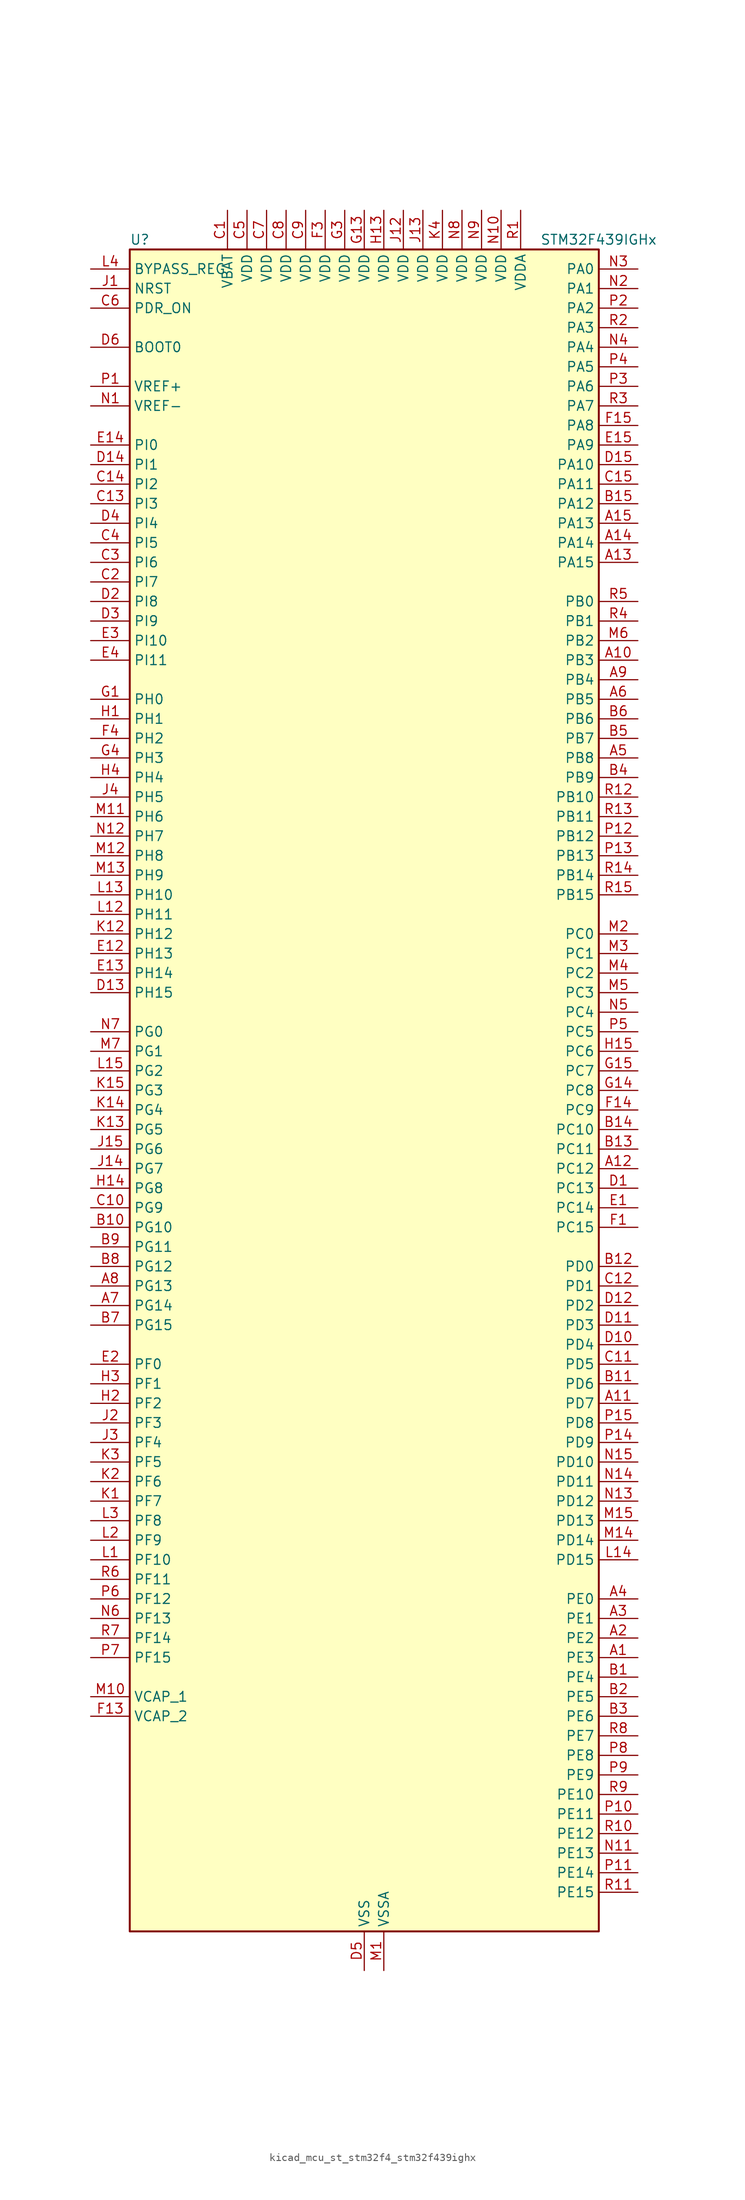
<source format=kicad_sym>
(kicad_symbol_lib
  (version 20220914)
  (generator kicad_symbol_editor)
  (symbol "kicad_mcu_st_stm32f4_stm32f439ighx"
    (property "Reference" "U"
      (at -30.48 110.49 0)
      (effects (font (size 1.27 1.27)) (justify left)))
    (property "Value" "STM32F439IGHx"
      (at 22.86 110.49 0)
      (effects (font (size 1.27 1.27)) (justify left)))
    (property "ki_locked" ""
      (at 0 0 0)
      (effects (font (size 1.27 1.27))))
    (symbol "kicad_mcu_st_stm32f4_stm32f439ighx_0_1"
      (rectangle (start -30.48 -109.22) (end 30.48 109.22) (stroke (width 0.254) (type default)) (fill (type background))))
    (symbol "kicad_mcu_st_stm32f4_stm32f439ighx_1_1"
      (pin bidirectional line (at 35.56 -73.66 180) (length 5.08) (name "PE3" (effects (font (size 1.27 1.27)))) (number "A1" (effects (font (size 1.27 1.27)))) (alternate "FMC_A19" bidirectional line) (alternate "SAI1_SD_B" bidirectional line) (alternate "SYS_TRACED0" bidirectional line))
      (pin bidirectional line (at 35.56 55.88 180) (length 5.08) (name "PB3" (effects (font (size 1.27 1.27)))) (number "A10" (effects (font (size 1.27 1.27)))) (alternate "I2S3_CK" bidirectional line) (alternate "SPI1_SCK" bidirectional line) (alternate "SPI3_SCK" bidirectional line) (alternate "SYS_JTDO-SWO" bidirectional line) (alternate "TIM2_CH2" bidirectional line))
      (pin bidirectional line (at 35.56 -40.64 180) (length 5.08) (name "PD7" (effects (font (size 1.27 1.27)))) (number "A11" (effects (font (size 1.27 1.27)))) (alternate "FMC_NCE2" bidirectional line) (alternate "FMC_NE1" bidirectional line) (alternate "USART2_CK" bidirectional line))
      (pin bidirectional line (at 35.56 -10.16 180) (length 5.08) (name "PC12" (effects (font (size 1.27 1.27)))) (number "A12" (effects (font (size 1.27 1.27)))) (alternate "DCMI_D9" bidirectional line) (alternate "I2S3_SD" bidirectional line) (alternate "SDIO_CK" bidirectional line) (alternate "SPI3_MOSI" bidirectional line) (alternate "UART5_TX" bidirectional line) (alternate "USART3_CK" bidirectional line))
      (pin bidirectional line (at 35.56 68.58 180) (length 5.08) (name "PA15" (effects (font (size 1.27 1.27)))) (number "A13" (effects (font (size 1.27 1.27)))) (alternate "ADC1_EXTI15" bidirectional line) (alternate "ADC2_EXTI15" bidirectional line) (alternate "ADC3_EXTI15" bidirectional line) (alternate "I2S3_WS" bidirectional line) (alternate "SPI1_NSS" bidirectional line) (alternate "SPI3_NSS" bidirectional line) (alternate "SYS_JTDI" bidirectional line) (alternate "TIM2_CH1" bidirectional line) (alternate "TIM2_ETR" bidirectional line))
      (pin bidirectional line (at 35.56 71.12 180) (length 5.08) (name "PA14" (effects (font (size 1.27 1.27)))) (number "A14" (effects (font (size 1.27 1.27)))) (alternate "SYS_JTCK-SWCLK" bidirectional line))
      (pin bidirectional line (at 35.56 73.66 180) (length 5.08) (name "PA13" (effects (font (size 1.27 1.27)))) (number "A15" (effects (font (size 1.27 1.27)))) (alternate "SYS_JTMS-SWDIO" bidirectional line))
      (pin bidirectional line (at 35.56 -71.12 180) (length 5.08) (name "PE2" (effects (font (size 1.27 1.27)))) (number "A2" (effects (font (size 1.27 1.27)))) (alternate "ETH_TXD3" bidirectional line) (alternate "FMC_A23" bidirectional line) (alternate "SAI1_MCLK_A" bidirectional line) (alternate "SPI4_SCK" bidirectional line) (alternate "SYS_TRACECLK" bidirectional line))
      (pin bidirectional line (at 35.56 -68.58 180) (length 5.08) (name "PE1" (effects (font (size 1.27 1.27)))) (number "A3" (effects (font (size 1.27 1.27)))) (alternate "DCMI_D3" bidirectional line) (alternate "FMC_NBL1" bidirectional line) (alternate "UART8_TX" bidirectional line))
      (pin bidirectional line (at 35.56 -66.04 180) (length 5.08) (name "PE0" (effects (font (size 1.27 1.27)))) (number "A4" (effects (font (size 1.27 1.27)))) (alternate "DCMI_D2" bidirectional line) (alternate "FMC_NBL0" bidirectional line) (alternate "TIM4_ETR" bidirectional line) (alternate "UART8_RX" bidirectional line))
      (pin bidirectional line (at 35.56 43.18 180) (length 5.08) (name "PB8" (effects (font (size 1.27 1.27)))) (number "A5" (effects (font (size 1.27 1.27)))) (alternate "CAN1_RX" bidirectional line) (alternate "DCMI_D6" bidirectional line) (alternate "ETH_TXD3" bidirectional line) (alternate "I2C1_SCL" bidirectional line) (alternate "LTDC_B6" bidirectional line) (alternate "SDIO_D4" bidirectional line) (alternate "TIM10_CH1" bidirectional line) (alternate "TIM4_CH3" bidirectional line))
      (pin bidirectional line (at 35.56 50.8 180) (length 5.08) (name "PB5" (effects (font (size 1.27 1.27)))) (number "A6" (effects (font (size 1.27 1.27)))) (alternate "CAN2_RX" bidirectional line) (alternate "DCMI_D10" bidirectional line) (alternate "ETH_PPS_OUT" bidirectional line) (alternate "FMC_SDCKE1" bidirectional line) (alternate "I2C1_SMBA" bidirectional line) (alternate "I2S3_SD" bidirectional line) (alternate "SPI1_MOSI" bidirectional line) (alternate "SPI3_MOSI" bidirectional line) (alternate "TIM3_CH2" bidirectional line) (alternate "USB_OTG_HS_ULPI_D7" bidirectional line))
      (pin bidirectional line (at -35.56 -27.94 0) (length 5.08) (name "PG14" (effects (font (size 1.27 1.27)))) (number "A7" (effects (font (size 1.27 1.27)))) (alternate "ETH_TXD1" bidirectional line) (alternate "FMC_A25" bidirectional line) (alternate "SPI6_MOSI" bidirectional line) (alternate "USART6_TX" bidirectional line))
      (pin bidirectional line (at -35.56 -25.4 0) (length 5.08) (name "PG13" (effects (font (size 1.27 1.27)))) (number "A8" (effects (font (size 1.27 1.27)))) (alternate "ETH_TXD0" bidirectional line) (alternate "FMC_A24" bidirectional line) (alternate "SPI6_SCK" bidirectional line) (alternate "USART6_CTS" bidirectional line))
      (pin bidirectional line (at 35.56 53.34 180) (length 5.08) (name "PB4" (effects (font (size 1.27 1.27)))) (number "A9" (effects (font (size 1.27 1.27)))) (alternate "I2S3_ext_SD" bidirectional line) (alternate "SPI1_MISO" bidirectional line) (alternate "SPI3_MISO" bidirectional line) (alternate "SYS_JTRST" bidirectional line) (alternate "TIM3_CH1" bidirectional line))
      (pin bidirectional line (at 35.56 -76.2 180) (length 5.08) (name "PE4" (effects (font (size 1.27 1.27)))) (number "B1" (effects (font (size 1.27 1.27)))) (alternate "DCMI_D4" bidirectional line) (alternate "FMC_A20" bidirectional line) (alternate "LTDC_B0" bidirectional line) (alternate "SAI1_FS_A" bidirectional line) (alternate "SPI4_NSS" bidirectional line) (alternate "SYS_TRACED1" bidirectional line))
      (pin bidirectional line (at -35.56 -17.78 0) (length 5.08) (name "PG10" (effects (font (size 1.27 1.27)))) (number "B10" (effects (font (size 1.27 1.27)))) (alternate "DCMI_D2" bidirectional line) (alternate "FMC_NCE4_1" bidirectional line) (alternate "FMC_NE3" bidirectional line) (alternate "LTDC_B2" bidirectional line) (alternate "LTDC_G3" bidirectional line))
      (pin bidirectional line (at 35.56 -38.1 180) (length 5.08) (name "PD6" (effects (font (size 1.27 1.27)))) (number "B11" (effects (font (size 1.27 1.27)))) (alternate "DCMI_D10" bidirectional line) (alternate "FMC_NWAIT" bidirectional line) (alternate "I2S3_SD" bidirectional line) (alternate "LTDC_B2" bidirectional line) (alternate "SAI1_SD_A" bidirectional line) (alternate "SPI3_MOSI" bidirectional line) (alternate "USART2_RX" bidirectional line))
      (pin bidirectional line (at 35.56 -22.86 180) (length 5.08) (name "PD0" (effects (font (size 1.27 1.27)))) (number "B12" (effects (font (size 1.27 1.27)))) (alternate "CAN1_RX" bidirectional line) (alternate "FMC_D2" bidirectional line) (alternate "FMC_DA2" bidirectional line))
      (pin bidirectional line (at 35.56 -7.62 180) (length 5.08) (name "PC11" (effects (font (size 1.27 1.27)))) (number "B13" (effects (font (size 1.27 1.27)))) (alternate "ADC1_EXTI11" bidirectional line) (alternate "ADC2_EXTI11" bidirectional line) (alternate "ADC3_EXTI11" bidirectional line) (alternate "DCMI_D4" bidirectional line) (alternate "I2S3_ext_SD" bidirectional line) (alternate "SDIO_D3" bidirectional line) (alternate "SPI3_MISO" bidirectional line) (alternate "UART4_RX" bidirectional line) (alternate "USART3_RX" bidirectional line))
      (pin bidirectional line (at 35.56 -5.08 180) (length 5.08) (name "PC10" (effects (font (size 1.27 1.27)))) (number "B14" (effects (font (size 1.27 1.27)))) (alternate "DCMI_D8" bidirectional line) (alternate "I2S3_CK" bidirectional line) (alternate "LTDC_R2" bidirectional line) (alternate "SDIO_D2" bidirectional line) (alternate "SPI3_SCK" bidirectional line) (alternate "UART4_TX" bidirectional line) (alternate "USART3_TX" bidirectional line))
      (pin bidirectional line (at 35.56 76.2 180) (length 5.08) (name "PA12" (effects (font (size 1.27 1.27)))) (number "B15" (effects (font (size 1.27 1.27)))) (alternate "CAN1_TX" bidirectional line) (alternate "LTDC_R5" bidirectional line) (alternate "TIM1_ETR" bidirectional line) (alternate "USART1_RTS" bidirectional line) (alternate "USB_OTG_FS_DP" bidirectional line))
      (pin bidirectional line (at 35.56 -78.74 180) (length 5.08) (name "PE5" (effects (font (size 1.27 1.27)))) (number "B2" (effects (font (size 1.27 1.27)))) (alternate "DCMI_D6" bidirectional line) (alternate "FMC_A21" bidirectional line) (alternate "LTDC_G0" bidirectional line) (alternate "SAI1_SCK_A" bidirectional line) (alternate "SPI4_MISO" bidirectional line) (alternate "SYS_TRACED2" bidirectional line) (alternate "TIM9_CH1" bidirectional line))
      (pin bidirectional line (at 35.56 -81.28 180) (length 5.08) (name "PE6" (effects (font (size 1.27 1.27)))) (number "B3" (effects (font (size 1.27 1.27)))) (alternate "DCMI_D7" bidirectional line) (alternate "FMC_A22" bidirectional line) (alternate "LTDC_G1" bidirectional line) (alternate "SAI1_SD_A" bidirectional line) (alternate "SPI4_MOSI" bidirectional line) (alternate "SYS_TRACED3" bidirectional line) (alternate "TIM9_CH2" bidirectional line))
      (pin bidirectional line (at 35.56 40.64 180) (length 5.08) (name "PB9" (effects (font (size 1.27 1.27)))) (number "B4" (effects (font (size 1.27 1.27)))) (alternate "CAN1_TX" bidirectional line) (alternate "DAC_EXTI9" bidirectional line) (alternate "DCMI_D7" bidirectional line) (alternate "I2C1_SDA" bidirectional line) (alternate "I2S2_WS" bidirectional line) (alternate "LTDC_B7" bidirectional line) (alternate "SDIO_D5" bidirectional line) (alternate "SPI2_NSS" bidirectional line) (alternate "TIM11_CH1" bidirectional line) (alternate "TIM4_CH4" bidirectional line))
      (pin bidirectional line (at 35.56 45.72 180) (length 5.08) (name "PB7" (effects (font (size 1.27 1.27)))) (number "B5" (effects (font (size 1.27 1.27)))) (alternate "DCMI_VSYNC" bidirectional line) (alternate "FMC_NL" bidirectional line) (alternate "I2C1_SDA" bidirectional line) (alternate "TIM4_CH2" bidirectional line) (alternate "USART1_RX" bidirectional line))
      (pin bidirectional line (at 35.56 48.26 180) (length 5.08) (name "PB6" (effects (font (size 1.27 1.27)))) (number "B6" (effects (font (size 1.27 1.27)))) (alternate "CAN2_TX" bidirectional line) (alternate "DCMI_D5" bidirectional line) (alternate "FMC_SDNE1" bidirectional line) (alternate "I2C1_SCL" bidirectional line) (alternate "TIM4_CH1" bidirectional line) (alternate "USART1_TX" bidirectional line))
      (pin bidirectional line (at -35.56 -30.48 0) (length 5.08) (name "PG15" (effects (font (size 1.27 1.27)))) (number "B7" (effects (font (size 1.27 1.27)))) (alternate "ADC1_EXTI15" bidirectional line) (alternate "ADC2_EXTI15" bidirectional line) (alternate "ADC3_EXTI15" bidirectional line) (alternate "DCMI_D13" bidirectional line) (alternate "FMC_SDNCAS" bidirectional line) (alternate "USART6_CTS" bidirectional line))
      (pin bidirectional line (at -35.56 -22.86 0) (length 5.08) (name "PG12" (effects (font (size 1.27 1.27)))) (number "B8" (effects (font (size 1.27 1.27)))) (alternate "FMC_NE4" bidirectional line) (alternate "LTDC_B1" bidirectional line) (alternate "LTDC_B4" bidirectional line) (alternate "SPI6_MISO" bidirectional line) (alternate "USART6_RTS" bidirectional line))
      (pin bidirectional line (at -35.56 -20.32 0) (length 5.08) (name "PG11" (effects (font (size 1.27 1.27)))) (number "B9" (effects (font (size 1.27 1.27)))) (alternate "ADC1_EXTI11" bidirectional line) (alternate "ADC2_EXTI11" bidirectional line) (alternate "ADC3_EXTI11" bidirectional line) (alternate "DCMI_D3" bidirectional line) (alternate "ETH_TX_EN" bidirectional line) (alternate "FMC_NCE4_2" bidirectional line) (alternate "LTDC_B3" bidirectional line))
      (pin power_in line (at -17.78 114.3 270) (length 5.08) (name "VBAT" (effects (font (size 1.27 1.27)))) (number "C1" (effects (font (size 1.27 1.27)))))
      (pin bidirectional line (at -35.56 -15.24 0) (length 5.08) (name "PG9" (effects (font (size 1.27 1.27)))) (number "C10" (effects (font (size 1.27 1.27)))) (alternate "DAC_EXTI9" bidirectional line) (alternate "DCMI_VSYNC" bidirectional line) (alternate "FMC_NCE3" bidirectional line) (alternate "FMC_NE2" bidirectional line) (alternate "USART6_RX" bidirectional line))
      (pin bidirectional line (at 35.56 -35.56 180) (length 5.08) (name "PD5" (effects (font (size 1.27 1.27)))) (number "C11" (effects (font (size 1.27 1.27)))) (alternate "FMC_NWE" bidirectional line) (alternate "USART2_TX" bidirectional line))
      (pin bidirectional line (at 35.56 -25.4 180) (length 5.08) (name "PD1" (effects (font (size 1.27 1.27)))) (number "C12" (effects (font (size 1.27 1.27)))) (alternate "CAN1_TX" bidirectional line) (alternate "FMC_D3" bidirectional line) (alternate "FMC_DA3" bidirectional line))
      (pin bidirectional line (at -35.56 76.2 0) (length 5.08) (name "PI3" (effects (font (size 1.27 1.27)))) (number "C13" (effects (font (size 1.27 1.27)))) (alternate "DCMI_D10" bidirectional line) (alternate "FMC_D27" bidirectional line) (alternate "I2S2_SD" bidirectional line) (alternate "SPI2_MOSI" bidirectional line) (alternate "TIM8_ETR" bidirectional line))
      (pin bidirectional line (at -35.56 78.74 0) (length 5.08) (name "PI2" (effects (font (size 1.27 1.27)))) (number "C14" (effects (font (size 1.27 1.27)))) (alternate "DCMI_D9" bidirectional line) (alternate "FMC_D26" bidirectional line) (alternate "I2S2_ext_SD" bidirectional line) (alternate "LTDC_G7" bidirectional line) (alternate "SPI2_MISO" bidirectional line) (alternate "TIM8_CH4" bidirectional line))
      (pin bidirectional line (at 35.56 78.74 180) (length 5.08) (name "PA11" (effects (font (size 1.27 1.27)))) (number "C15" (effects (font (size 1.27 1.27)))) (alternate "ADC1_EXTI11" bidirectional line) (alternate "ADC2_EXTI11" bidirectional line) (alternate "ADC3_EXTI11" bidirectional line) (alternate "CAN1_RX" bidirectional line) (alternate "LTDC_R4" bidirectional line) (alternate "TIM1_CH4" bidirectional line) (alternate "USART1_CTS" bidirectional line) (alternate "USB_OTG_FS_DM" bidirectional line))
      (pin bidirectional line (at -35.56 66.04 0) (length 5.08) (name "PI7" (effects (font (size 1.27 1.27)))) (number "C2" (effects (font (size 1.27 1.27)))) (alternate "DCMI_D7" bidirectional line) (alternate "FMC_D29" bidirectional line) (alternate "LTDC_B7" bidirectional line) (alternate "TIM8_CH3" bidirectional line))
      (pin bidirectional line (at -35.56 68.58 0) (length 5.08) (name "PI6" (effects (font (size 1.27 1.27)))) (number "C3" (effects (font (size 1.27 1.27)))) (alternate "DCMI_D6" bidirectional line) (alternate "FMC_D28" bidirectional line) (alternate "LTDC_B6" bidirectional line) (alternate "TIM8_CH2" bidirectional line))
      (pin bidirectional line (at -35.56 71.12 0) (length 5.08) (name "PI5" (effects (font (size 1.27 1.27)))) (number "C4" (effects (font (size 1.27 1.27)))) (alternate "DCMI_VSYNC" bidirectional line) (alternate "FMC_NBL3" bidirectional line) (alternate "LTDC_B5" bidirectional line) (alternate "TIM8_CH1" bidirectional line))
      (pin power_in line (at -15.24 114.3 270) (length 5.08) (name "VDD" (effects (font (size 1.27 1.27)))) (number "C5" (effects (font (size 1.27 1.27)))))
      (pin input line (at -35.56 101.6 0) (length 5.08) (name "PDR_ON" (effects (font (size 1.27 1.27)))) (number "C6" (effects (font (size 1.27 1.27)))))
      (pin power_in line (at -12.7 114.3 270) (length 5.08) (name "VDD" (effects (font (size 1.27 1.27)))) (number "C7" (effects (font (size 1.27 1.27)))))
      (pin power_in line (at -10.16 114.3 270) (length 5.08) (name "VDD" (effects (font (size 1.27 1.27)))) (number "C8" (effects (font (size 1.27 1.27)))))
      (pin power_in line (at -7.62 114.3 270) (length 5.08) (name "VDD" (effects (font (size 1.27 1.27)))) (number "C9" (effects (font (size 1.27 1.27)))))
      (pin bidirectional line (at 35.56 -12.7 180) (length 5.08) (name "PC13" (effects (font (size 1.27 1.27)))) (number "D1" (effects (font (size 1.27 1.27)))) (alternate "RTC_AF1" bidirectional line))
      (pin bidirectional line (at 35.56 -33.02 180) (length 5.08) (name "PD4" (effects (font (size 1.27 1.27)))) (number "D10" (effects (font (size 1.27 1.27)))) (alternate "FMC_NOE" bidirectional line) (alternate "USART2_RTS" bidirectional line))
      (pin bidirectional line (at 35.56 -30.48 180) (length 5.08) (name "PD3" (effects (font (size 1.27 1.27)))) (number "D11" (effects (font (size 1.27 1.27)))) (alternate "DCMI_D5" bidirectional line) (alternate "FMC_CLK" bidirectional line) (alternate "I2S2_CK" bidirectional line) (alternate "LTDC_G7" bidirectional line) (alternate "SPI2_SCK" bidirectional line) (alternate "USART2_CTS" bidirectional line))
      (pin bidirectional line (at 35.56 -27.94 180) (length 5.08) (name "PD2" (effects (font (size 1.27 1.27)))) (number "D12" (effects (font (size 1.27 1.27)))) (alternate "DCMI_D11" bidirectional line) (alternate "SDIO_CMD" bidirectional line) (alternate "TIM3_ETR" bidirectional line) (alternate "UART5_RX" bidirectional line))
      (pin bidirectional line (at -35.56 12.7 0) (length 5.08) (name "PH15" (effects (font (size 1.27 1.27)))) (number "D13" (effects (font (size 1.27 1.27)))) (alternate "ADC1_EXTI15" bidirectional line) (alternate "ADC2_EXTI15" bidirectional line) (alternate "ADC3_EXTI15" bidirectional line) (alternate "DCMI_D11" bidirectional line) (alternate "FMC_D23" bidirectional line) (alternate "LTDC_G4" bidirectional line) (alternate "TIM8_CH3N" bidirectional line))
      (pin bidirectional line (at -35.56 81.28 0) (length 5.08) (name "PI1" (effects (font (size 1.27 1.27)))) (number "D14" (effects (font (size 1.27 1.27)))) (alternate "DCMI_D8" bidirectional line) (alternate "FMC_D25" bidirectional line) (alternate "I2S2_CK" bidirectional line) (alternate "LTDC_G6" bidirectional line) (alternate "SPI2_SCK" bidirectional line))
      (pin bidirectional line (at 35.56 81.28 180) (length 5.08) (name "PA10" (effects (font (size 1.27 1.27)))) (number "D15" (effects (font (size 1.27 1.27)))) (alternate "DCMI_D1" bidirectional line) (alternate "TIM1_CH3" bidirectional line) (alternate "USART1_RX" bidirectional line) (alternate "USB_OTG_FS_ID" bidirectional line))
      (pin bidirectional line (at -35.56 63.5 0) (length 5.08) (name "PI8" (effects (font (size 1.27 1.27)))) (number "D2" (effects (font (size 1.27 1.27)))) (alternate "RTC_AF2" bidirectional line))
      (pin bidirectional line (at -35.56 60.96 0) (length 5.08) (name "PI9" (effects (font (size 1.27 1.27)))) (number "D3" (effects (font (size 1.27 1.27)))) (alternate "CAN1_RX" bidirectional line) (alternate "DAC_EXTI9" bidirectional line) (alternate "FMC_D30" bidirectional line) (alternate "LTDC_VSYNC" bidirectional line))
      (pin bidirectional line (at -35.56 73.66 0) (length 5.08) (name "PI4" (effects (font (size 1.27 1.27)))) (number "D4" (effects (font (size 1.27 1.27)))) (alternate "DCMI_D5" bidirectional line) (alternate "FMC_NBL2" bidirectional line) (alternate "LTDC_B4" bidirectional line) (alternate "TIM8_BKIN" bidirectional line))
      (pin power_in line (at 0 -114.3 90) (length 5.08) (name "VSS" (effects (font (size 1.27 1.27)))) (number "D5" (effects (font (size 1.27 1.27)))))
      (pin input line (at -35.56 96.52 0) (length 5.08) (name "BOOT0" (effects (font (size 1.27 1.27)))) (number "D6" (effects (font (size 1.27 1.27)))))
      (pin passive line (at 0 -114.3 90) (length 5.08) hide (name "VSS" (effects (font (size 1.27 1.27)))) (number "D7" (effects (font (size 1.27 1.27)))))
      (pin passive line (at 0 -114.3 90) (length 5.08) hide (name "VSS" (effects (font (size 1.27 1.27)))) (number "D8" (effects (font (size 1.27 1.27)))))
      (pin passive line (at 0 -114.3 90) (length 5.08) hide (name "VSS" (effects (font (size 1.27 1.27)))) (number "D9" (effects (font (size 1.27 1.27)))))
      (pin bidirectional line (at 35.56 -15.24 180) (length 5.08) (name "PC14" (effects (font (size 1.27 1.27)))) (number "E1" (effects (font (size 1.27 1.27)))) (alternate "RCC_OSC32_IN" bidirectional line))
      (pin bidirectional line (at -35.56 17.78 0) (length 5.08) (name "PH13" (effects (font (size 1.27 1.27)))) (number "E12" (effects (font (size 1.27 1.27)))) (alternate "CAN1_TX" bidirectional line) (alternate "FMC_D21" bidirectional line) (alternate "LTDC_G2" bidirectional line) (alternate "TIM8_CH1N" bidirectional line))
      (pin bidirectional line (at -35.56 15.24 0) (length 5.08) (name "PH14" (effects (font (size 1.27 1.27)))) (number "E13" (effects (font (size 1.27 1.27)))) (alternate "DCMI_D4" bidirectional line) (alternate "FMC_D22" bidirectional line) (alternate "LTDC_G3" bidirectional line) (alternate "TIM8_CH2N" bidirectional line))
      (pin bidirectional line (at -35.56 83.82 0) (length 5.08) (name "PI0" (effects (font (size 1.27 1.27)))) (number "E14" (effects (font (size 1.27 1.27)))) (alternate "DCMI_D13" bidirectional line) (alternate "FMC_D24" bidirectional line) (alternate "I2S2_WS" bidirectional line) (alternate "LTDC_G5" bidirectional line) (alternate "SPI2_NSS" bidirectional line) (alternate "TIM5_CH4" bidirectional line))
      (pin bidirectional line (at 35.56 83.82 180) (length 5.08) (name "PA9" (effects (font (size 1.27 1.27)))) (number "E15" (effects (font (size 1.27 1.27)))) (alternate "DAC_EXTI9" bidirectional line) (alternate "DCMI_D0" bidirectional line) (alternate "I2C3_SMBA" bidirectional line) (alternate "TIM1_CH2" bidirectional line) (alternate "USART1_TX" bidirectional line) (alternate "USB_OTG_FS_VBUS" bidirectional line))
      (pin bidirectional line (at -35.56 -35.56 0) (length 5.08) (name "PF0" (effects (font (size 1.27 1.27)))) (number "E2" (effects (font (size 1.27 1.27)))) (alternate "FMC_A0" bidirectional line) (alternate "I2C2_SDA" bidirectional line))
      (pin bidirectional line (at -35.56 58.42 0) (length 5.08) (name "PI10" (effects (font (size 1.27 1.27)))) (number "E3" (effects (font (size 1.27 1.27)))) (alternate "ETH_RX_ER" bidirectional line) (alternate "FMC_D31" bidirectional line) (alternate "LTDC_HSYNC" bidirectional line))
      (pin bidirectional line (at -35.56 55.88 0) (length 5.08) (name "PI11" (effects (font (size 1.27 1.27)))) (number "E4" (effects (font (size 1.27 1.27)))) (alternate "ADC1_EXTI11" bidirectional line) (alternate "ADC2_EXTI11" bidirectional line) (alternate "ADC3_EXTI11" bidirectional line) (alternate "USB_OTG_HS_ULPI_DIR" bidirectional line))
      (pin bidirectional line (at 35.56 -17.78 180) (length 5.08) (name "PC15" (effects (font (size 1.27 1.27)))) (number "F1" (effects (font (size 1.27 1.27)))) (alternate "ADC1_EXTI15" bidirectional line) (alternate "ADC2_EXTI15" bidirectional line) (alternate "ADC3_EXTI15" bidirectional line) (alternate "RCC_OSC32_OUT" bidirectional line))
      (pin passive line (at 0 -114.3 90) (length 5.08) hide (name "VSS" (effects (font (size 1.27 1.27)))) (number "F10" (effects (font (size 1.27 1.27)))))
      (pin passive line (at 0 -114.3 90) (length 5.08) hide (name "VSS" (effects (font (size 1.27 1.27)))) (number "F12" (effects (font (size 1.27 1.27)))))
      (pin power_out line (at -35.56 -81.28 0) (length 5.08) (name "VCAP_2" (effects (font (size 1.27 1.27)))) (number "F13" (effects (font (size 1.27 1.27)))))
      (pin bidirectional line (at 35.56 -2.54 180) (length 5.08) (name "PC9" (effects (font (size 1.27 1.27)))) (number "F14" (effects (font (size 1.27 1.27)))) (alternate "DAC_EXTI9" bidirectional line) (alternate "DCMI_D3" bidirectional line) (alternate "I2C3_SDA" bidirectional line) (alternate "I2S_CKIN" bidirectional line) (alternate "RCC_MCO_2" bidirectional line) (alternate "SDIO_D1" bidirectional line) (alternate "TIM3_CH4" bidirectional line) (alternate "TIM8_CH4" bidirectional line))
      (pin bidirectional line (at 35.56 86.36 180) (length 5.08) (name "PA8" (effects (font (size 1.27 1.27)))) (number "F15" (effects (font (size 1.27 1.27)))) (alternate "I2C3_SCL" bidirectional line) (alternate "LTDC_R6" bidirectional line) (alternate "RCC_MCO_1" bidirectional line) (alternate "TIM1_CH1" bidirectional line) (alternate "USART1_CK" bidirectional line) (alternate "USB_OTG_FS_SOF" bidirectional line))
      (pin passive line (at 0 -114.3 90) (length 5.08) hide (name "VSS" (effects (font (size 1.27 1.27)))) (number "F2" (effects (font (size 1.27 1.27)))))
      (pin power_in line (at -5.08 114.3 270) (length 5.08) (name "VDD" (effects (font (size 1.27 1.27)))) (number "F3" (effects (font (size 1.27 1.27)))))
      (pin bidirectional line (at -35.56 45.72 0) (length 5.08) (name "PH2" (effects (font (size 1.27 1.27)))) (number "F4" (effects (font (size 1.27 1.27)))) (alternate "ETH_CRS" bidirectional line) (alternate "FMC_SDCKE0" bidirectional line) (alternate "LTDC_R0" bidirectional line))
      (pin passive line (at 0 -114.3 90) (length 5.08) hide (name "VSS" (effects (font (size 1.27 1.27)))) (number "F6" (effects (font (size 1.27 1.27)))))
      (pin passive line (at 0 -114.3 90) (length 5.08) hide (name "VSS" (effects (font (size 1.27 1.27)))) (number "F7" (effects (font (size 1.27 1.27)))))
      (pin passive line (at 0 -114.3 90) (length 5.08) hide (name "VSS" (effects (font (size 1.27 1.27)))) (number "F8" (effects (font (size 1.27 1.27)))))
      (pin passive line (at 0 -114.3 90) (length 5.08) hide (name "VSS" (effects (font (size 1.27 1.27)))) (number "F9" (effects (font (size 1.27 1.27)))))
      (pin bidirectional line (at -35.56 50.8 0) (length 5.08) (name "PH0" (effects (font (size 1.27 1.27)))) (number "G1" (effects (font (size 1.27 1.27)))) (alternate "RCC_OSC_IN" bidirectional line))
      (pin passive line (at 0 -114.3 90) (length 5.08) hide (name "VSS" (effects (font (size 1.27 1.27)))) (number "G10" (effects (font (size 1.27 1.27)))))
      (pin passive line (at 0 -114.3 90) (length 5.08) hide (name "VSS" (effects (font (size 1.27 1.27)))) (number "G12" (effects (font (size 1.27 1.27)))))
      (pin power_in line (at 0 114.3 270) (length 5.08) (name "VDD" (effects (font (size 1.27 1.27)))) (number "G13" (effects (font (size 1.27 1.27)))))
      (pin bidirectional line (at 35.56 0 180) (length 5.08) (name "PC8" (effects (font (size 1.27 1.27)))) (number "G14" (effects (font (size 1.27 1.27)))) (alternate "DCMI_D2" bidirectional line) (alternate "SDIO_D0" bidirectional line) (alternate "TIM3_CH3" bidirectional line) (alternate "TIM8_CH3" bidirectional line) (alternate "USART6_CK" bidirectional line))
      (pin bidirectional line (at 35.56 2.54 180) (length 5.08) (name "PC7" (effects (font (size 1.27 1.27)))) (number "G15" (effects (font (size 1.27 1.27)))) (alternate "DCMI_D1" bidirectional line) (alternate "I2S3_MCK" bidirectional line) (alternate "LTDC_G6" bidirectional line) (alternate "SDIO_D7" bidirectional line) (alternate "TIM3_CH2" bidirectional line) (alternate "TIM8_CH2" bidirectional line) (alternate "USART6_RX" bidirectional line))
      (pin passive line (at 0 -114.3 90) (length 5.08) hide (name "VSS" (effects (font (size 1.27 1.27)))) (number "G2" (effects (font (size 1.27 1.27)))))
      (pin power_in line (at -2.54 114.3 270) (length 5.08) (name "VDD" (effects (font (size 1.27 1.27)))) (number "G3" (effects (font (size 1.27 1.27)))))
      (pin bidirectional line (at -35.56 43.18 0) (length 5.08) (name "PH3" (effects (font (size 1.27 1.27)))) (number "G4" (effects (font (size 1.27 1.27)))) (alternate "ETH_COL" bidirectional line) (alternate "FMC_SDNE0" bidirectional line) (alternate "LTDC_R1" bidirectional line))
      (pin passive line (at 0 -114.3 90) (length 5.08) hide (name "VSS" (effects (font (size 1.27 1.27)))) (number "G6" (effects (font (size 1.27 1.27)))))
      (pin passive line (at 0 -114.3 90) (length 5.08) hide (name "VSS" (effects (font (size 1.27 1.27)))) (number "G7" (effects (font (size 1.27 1.27)))))
      (pin passive line (at 0 -114.3 90) (length 5.08) hide (name "VSS" (effects (font (size 1.27 1.27)))) (number "G8" (effects (font (size 1.27 1.27)))))
      (pin passive line (at 0 -114.3 90) (length 5.08) hide (name "VSS" (effects (font (size 1.27 1.27)))) (number "G9" (effects (font (size 1.27 1.27)))))
      (pin bidirectional line (at -35.56 48.26 0) (length 5.08) (name "PH1" (effects (font (size 1.27 1.27)))) (number "H1" (effects (font (size 1.27 1.27)))) (alternate "RCC_OSC_OUT" bidirectional line))
      (pin passive line (at 0 -114.3 90) (length 5.08) hide (name "VSS" (effects (font (size 1.27 1.27)))) (number "H10" (effects (font (size 1.27 1.27)))))
      (pin passive line (at 0 -114.3 90) (length 5.08) hide (name "VSS" (effects (font (size 1.27 1.27)))) (number "H12" (effects (font (size 1.27 1.27)))))
      (pin power_in line (at 2.54 114.3 270) (length 5.08) (name "VDD" (effects (font (size 1.27 1.27)))) (number "H13" (effects (font (size 1.27 1.27)))))
      (pin bidirectional line (at -35.56 -12.7 0) (length 5.08) (name "PG8" (effects (font (size 1.27 1.27)))) (number "H14" (effects (font (size 1.27 1.27)))) (alternate "ETH_PPS_OUT" bidirectional line) (alternate "FMC_SDCLK" bidirectional line) (alternate "SPI6_NSS" bidirectional line) (alternate "USART6_RTS" bidirectional line))
      (pin bidirectional line (at 35.56 5.08 180) (length 5.08) (name "PC6" (effects (font (size 1.27 1.27)))) (number "H15" (effects (font (size 1.27 1.27)))) (alternate "DCMI_D0" bidirectional line) (alternate "I2S2_MCK" bidirectional line) (alternate "LTDC_HSYNC" bidirectional line) (alternate "SDIO_D6" bidirectional line) (alternate "TIM3_CH1" bidirectional line) (alternate "TIM8_CH1" bidirectional line) (alternate "USART6_TX" bidirectional line))
      (pin bidirectional line (at -35.56 -40.64 0) (length 5.08) (name "PF2" (effects (font (size 1.27 1.27)))) (number "H2" (effects (font (size 1.27 1.27)))) (alternate "FMC_A2" bidirectional line) (alternate "I2C2_SMBA" bidirectional line))
      (pin bidirectional line (at -35.56 -38.1 0) (length 5.08) (name "PF1" (effects (font (size 1.27 1.27)))) (number "H3" (effects (font (size 1.27 1.27)))) (alternate "FMC_A1" bidirectional line) (alternate "I2C2_SCL" bidirectional line))
      (pin bidirectional line (at -35.56 40.64 0) (length 5.08) (name "PH4" (effects (font (size 1.27 1.27)))) (number "H4" (effects (font (size 1.27 1.27)))) (alternate "I2C2_SCL" bidirectional line) (alternate "USB_OTG_HS_ULPI_NXT" bidirectional line))
      (pin passive line (at 0 -114.3 90) (length 5.08) hide (name "VSS" (effects (font (size 1.27 1.27)))) (number "H6" (effects (font (size 1.27 1.27)))))
      (pin passive line (at 0 -114.3 90) (length 5.08) hide (name "VSS" (effects (font (size 1.27 1.27)))) (number "H7" (effects (font (size 1.27 1.27)))))
      (pin passive line (at 0 -114.3 90) (length 5.08) hide (name "VSS" (effects (font (size 1.27 1.27)))) (number "H8" (effects (font (size 1.27 1.27)))))
      (pin passive line (at 0 -114.3 90) (length 5.08) hide (name "VSS" (effects (font (size 1.27 1.27)))) (number "H9" (effects (font (size 1.27 1.27)))))
      (pin input line (at -35.56 104.14 0) (length 5.08) (name "NRST" (effects (font (size 1.27 1.27)))) (number "J1" (effects (font (size 1.27 1.27)))))
      (pin passive line (at 0 -114.3 90) (length 5.08) hide (name "VSS" (effects (font (size 1.27 1.27)))) (number "J10" (effects (font (size 1.27 1.27)))))
      (pin power_in line (at 5.08 114.3 270) (length 5.08) (name "VDD" (effects (font (size 1.27 1.27)))) (number "J12" (effects (font (size 1.27 1.27)))))
      (pin power_in line (at 7.62 114.3 270) (length 5.08) (name "VDD" (effects (font (size 1.27 1.27)))) (number "J13" (effects (font (size 1.27 1.27)))))
      (pin bidirectional line (at -35.56 -10.16 0) (length 5.08) (name "PG7" (effects (font (size 1.27 1.27)))) (number "J14" (effects (font (size 1.27 1.27)))) (alternate "DCMI_D13" bidirectional line) (alternate "FMC_INT3" bidirectional line) (alternate "LTDC_CLK" bidirectional line) (alternate "USART6_CK" bidirectional line))
      (pin bidirectional line (at -35.56 -7.62 0) (length 5.08) (name "PG6" (effects (font (size 1.27 1.27)))) (number "J15" (effects (font (size 1.27 1.27)))) (alternate "DCMI_D12" bidirectional line) (alternate "FMC_INT2" bidirectional line) (alternate "LTDC_R7" bidirectional line))
      (pin bidirectional line (at -35.56 -43.18 0) (length 5.08) (name "PF3" (effects (font (size 1.27 1.27)))) (number "J2" (effects (font (size 1.27 1.27)))) (alternate "ADC3_IN9" bidirectional line) (alternate "FMC_A3" bidirectional line))
      (pin bidirectional line (at -35.56 -45.72 0) (length 5.08) (name "PF4" (effects (font (size 1.27 1.27)))) (number "J3" (effects (font (size 1.27 1.27)))) (alternate "ADC3_IN14" bidirectional line) (alternate "FMC_A4" bidirectional line))
      (pin bidirectional line (at -35.56 38.1 0) (length 5.08) (name "PH5" (effects (font (size 1.27 1.27)))) (number "J4" (effects (font (size 1.27 1.27)))) (alternate "FMC_SDNWE" bidirectional line) (alternate "I2C2_SDA" bidirectional line) (alternate "SPI5_NSS" bidirectional line))
      (pin passive line (at 0 -114.3 90) (length 5.08) hide (name "VSS" (effects (font (size 1.27 1.27)))) (number "J6" (effects (font (size 1.27 1.27)))))
      (pin passive line (at 0 -114.3 90) (length 5.08) hide (name "VSS" (effects (font (size 1.27 1.27)))) (number "J7" (effects (font (size 1.27 1.27)))))
      (pin passive line (at 0 -114.3 90) (length 5.08) hide (name "VSS" (effects (font (size 1.27 1.27)))) (number "J8" (effects (font (size 1.27 1.27)))))
      (pin passive line (at 0 -114.3 90) (length 5.08) hide (name "VSS" (effects (font (size 1.27 1.27)))) (number "J9" (effects (font (size 1.27 1.27)))))
      (pin bidirectional line (at -35.56 -53.34 0) (length 5.08) (name "PF7" (effects (font (size 1.27 1.27)))) (number "K1" (effects (font (size 1.27 1.27)))) (alternate "ADC3_IN5" bidirectional line) (alternate "FMC_NREG" bidirectional line) (alternate "SAI1_MCLK_B" bidirectional line) (alternate "SPI5_SCK" bidirectional line) (alternate "TIM11_CH1" bidirectional line) (alternate "UART7_TX" bidirectional line))
      (pin passive line (at 0 -114.3 90) (length 5.08) hide (name "VSS" (effects (font (size 1.27 1.27)))) (number "K10" (effects (font (size 1.27 1.27)))))
      (pin bidirectional line (at -35.56 20.32 0) (length 5.08) (name "PH12" (effects (font (size 1.27 1.27)))) (number "K12" (effects (font (size 1.27 1.27)))) (alternate "DCMI_D3" bidirectional line) (alternate "FMC_D20" bidirectional line) (alternate "LTDC_R6" bidirectional line) (alternate "TIM5_CH3" bidirectional line))
      (pin bidirectional line (at -35.56 -5.08 0) (length 5.08) (name "PG5" (effects (font (size 1.27 1.27)))) (number "K13" (effects (font (size 1.27 1.27)))) (alternate "FMC_A15" bidirectional line) (alternate "FMC_BA1" bidirectional line))
      (pin bidirectional line (at -35.56 -2.54 0) (length 5.08) (name "PG4" (effects (font (size 1.27 1.27)))) (number "K14" (effects (font (size 1.27 1.27)))) (alternate "FMC_A14" bidirectional line) (alternate "FMC_BA0" bidirectional line))
      (pin bidirectional line (at -35.56 0 0) (length 5.08) (name "PG3" (effects (font (size 1.27 1.27)))) (number "K15" (effects (font (size 1.27 1.27)))) (alternate "FMC_A13" bidirectional line))
      (pin bidirectional line (at -35.56 -50.8 0) (length 5.08) (name "PF6" (effects (font (size 1.27 1.27)))) (number "K2" (effects (font (size 1.27 1.27)))) (alternate "ADC3_IN4" bidirectional line) (alternate "FMC_NIORD" bidirectional line) (alternate "SAI1_SD_B" bidirectional line) (alternate "SPI5_NSS" bidirectional line) (alternate "TIM10_CH1" bidirectional line) (alternate "UART7_RX" bidirectional line))
      (pin bidirectional line (at -35.56 -48.26 0) (length 5.08) (name "PF5" (effects (font (size 1.27 1.27)))) (number "K3" (effects (font (size 1.27 1.27)))) (alternate "ADC3_IN15" bidirectional line) (alternate "FMC_A5" bidirectional line))
      (pin power_in line (at 10.16 114.3 270) (length 5.08) (name "VDD" (effects (font (size 1.27 1.27)))) (number "K4" (effects (font (size 1.27 1.27)))))
      (pin passive line (at 0 -114.3 90) (length 5.08) hide (name "VSS" (effects (font (size 1.27 1.27)))) (number "K6" (effects (font (size 1.27 1.27)))))
      (pin passive line (at 0 -114.3 90) (length 5.08) hide (name "VSS" (effects (font (size 1.27 1.27)))) (number "K7" (effects (font (size 1.27 1.27)))))
      (pin passive line (at 0 -114.3 90) (length 5.08) hide (name "VSS" (effects (font (size 1.27 1.27)))) (number "K8" (effects (font (size 1.27 1.27)))))
      (pin passive line (at 0 -114.3 90) (length 5.08) hide (name "VSS" (effects (font (size 1.27 1.27)))) (number "K9" (effects (font (size 1.27 1.27)))))
      (pin bidirectional line (at -35.56 -60.96 0) (length 5.08) (name "PF10" (effects (font (size 1.27 1.27)))) (number "L1" (effects (font (size 1.27 1.27)))) (alternate "ADC3_IN8" bidirectional line) (alternate "DCMI_D11" bidirectional line) (alternate "FMC_INTR" bidirectional line) (alternate "LTDC_DE" bidirectional line))
      (pin bidirectional line (at -35.56 22.86 0) (length 5.08) (name "PH11" (effects (font (size 1.27 1.27)))) (number "L12" (effects (font (size 1.27 1.27)))) (alternate "ADC1_EXTI11" bidirectional line) (alternate "ADC2_EXTI11" bidirectional line) (alternate "ADC3_EXTI11" bidirectional line) (alternate "DCMI_D2" bidirectional line) (alternate "FMC_D19" bidirectional line) (alternate "LTDC_R5" bidirectional line) (alternate "TIM5_CH2" bidirectional line))
      (pin bidirectional line (at -35.56 25.4 0) (length 5.08) (name "PH10" (effects (font (size 1.27 1.27)))) (number "L13" (effects (font (size 1.27 1.27)))) (alternate "DCMI_D1" bidirectional line) (alternate "FMC_D18" bidirectional line) (alternate "LTDC_R4" bidirectional line) (alternate "TIM5_CH1" bidirectional line))
      (pin bidirectional line (at 35.56 -60.96 180) (length 5.08) (name "PD15" (effects (font (size 1.27 1.27)))) (number "L14" (effects (font (size 1.27 1.27)))) (alternate "ADC1_EXTI15" bidirectional line) (alternate "ADC2_EXTI15" bidirectional line) (alternate "ADC3_EXTI15" bidirectional line) (alternate "FMC_D1" bidirectional line) (alternate "FMC_DA1" bidirectional line) (alternate "TIM4_CH4" bidirectional line))
      (pin bidirectional line (at -35.56 2.54 0) (length 5.08) (name "PG2" (effects (font (size 1.27 1.27)))) (number "L15" (effects (font (size 1.27 1.27)))) (alternate "FMC_A12" bidirectional line))
      (pin bidirectional line (at -35.56 -58.42 0) (length 5.08) (name "PF9" (effects (font (size 1.27 1.27)))) (number "L2" (effects (font (size 1.27 1.27)))) (alternate "ADC3_IN7" bidirectional line) (alternate "DAC_EXTI9" bidirectional line) (alternate "FMC_CD" bidirectional line) (alternate "SAI1_FS_B" bidirectional line) (alternate "SPI5_MOSI" bidirectional line) (alternate "TIM14_CH1" bidirectional line))
      (pin bidirectional line (at -35.56 -55.88 0) (length 5.08) (name "PF8" (effects (font (size 1.27 1.27)))) (number "L3" (effects (font (size 1.27 1.27)))) (alternate "ADC3_IN6" bidirectional line) (alternate "FMC_NIOWR" bidirectional line) (alternate "SAI1_SCK_B" bidirectional line) (alternate "SPI5_MISO" bidirectional line) (alternate "TIM13_CH1" bidirectional line))
      (pin input line (at -35.56 106.68 0) (length 5.08) (name "BYPASS_REG" (effects (font (size 1.27 1.27)))) (number "L4" (effects (font (size 1.27 1.27)))))
      (pin power_in line (at 2.54 -114.3 90) (length 5.08) (name "VSSA" (effects (font (size 1.27 1.27)))) (number "M1" (effects (font (size 1.27 1.27)))))
      (pin power_out line (at -35.56 -78.74 0) (length 5.08) (name "VCAP_1" (effects (font (size 1.27 1.27)))) (number "M10" (effects (font (size 1.27 1.27)))))
      (pin bidirectional line (at -35.56 35.56 0) (length 5.08) (name "PH6" (effects (font (size 1.27 1.27)))) (number "M11" (effects (font (size 1.27 1.27)))) (alternate "DCMI_D8" bidirectional line) (alternate "ETH_RXD2" bidirectional line) (alternate "FMC_SDNE1" bidirectional line) (alternate "I2C2_SMBA" bidirectional line) (alternate "SPI5_SCK" bidirectional line) (alternate "TIM12_CH1" bidirectional line))
      (pin bidirectional line (at -35.56 30.48 0) (length 5.08) (name "PH8" (effects (font (size 1.27 1.27)))) (number "M12" (effects (font (size 1.27 1.27)))) (alternate "DCMI_HSYNC" bidirectional line) (alternate "FMC_D16" bidirectional line) (alternate "I2C3_SDA" bidirectional line) (alternate "LTDC_R2" bidirectional line))
      (pin bidirectional line (at -35.56 27.94 0) (length 5.08) (name "PH9" (effects (font (size 1.27 1.27)))) (number "M13" (effects (font (size 1.27 1.27)))) (alternate "DAC_EXTI9" bidirectional line) (alternate "DCMI_D0" bidirectional line) (alternate "FMC_D17" bidirectional line) (alternate "I2C3_SMBA" bidirectional line) (alternate "LTDC_R3" bidirectional line) (alternate "TIM12_CH2" bidirectional line))
      (pin bidirectional line (at 35.56 -58.42 180) (length 5.08) (name "PD14" (effects (font (size 1.27 1.27)))) (number "M14" (effects (font (size 1.27 1.27)))) (alternate "FMC_D0" bidirectional line) (alternate "FMC_DA0" bidirectional line) (alternate "TIM4_CH3" bidirectional line))
      (pin bidirectional line (at 35.56 -55.88 180) (length 5.08) (name "PD13" (effects (font (size 1.27 1.27)))) (number "M15" (effects (font (size 1.27 1.27)))) (alternate "FMC_A18" bidirectional line) (alternate "TIM4_CH2" bidirectional line))
      (pin bidirectional line (at 35.56 20.32 180) (length 5.08) (name "PC0" (effects (font (size 1.27 1.27)))) (number "M2" (effects (font (size 1.27 1.27)))) (alternate "ADC1_IN10" bidirectional line) (alternate "ADC2_IN10" bidirectional line) (alternate "ADC3_IN10" bidirectional line) (alternate "FMC_SDNWE" bidirectional line) (alternate "USB_OTG_HS_ULPI_STP" bidirectional line))
      (pin bidirectional line (at 35.56 17.78 180) (length 5.08) (name "PC1" (effects (font (size 1.27 1.27)))) (number "M3" (effects (font (size 1.27 1.27)))) (alternate "ADC1_IN11" bidirectional line) (alternate "ADC2_IN11" bidirectional line) (alternate "ADC3_IN11" bidirectional line) (alternate "ETH_MDC" bidirectional line))
      (pin bidirectional line (at 35.56 15.24 180) (length 5.08) (name "PC2" (effects (font (size 1.27 1.27)))) (number "M4" (effects (font (size 1.27 1.27)))) (alternate "ADC1_IN12" bidirectional line) (alternate "ADC2_IN12" bidirectional line) (alternate "ADC3_IN12" bidirectional line) (alternate "ETH_TXD2" bidirectional line) (alternate "FMC_SDNE0" bidirectional line) (alternate "I2S2_ext_SD" bidirectional line) (alternate "SPI2_MISO" bidirectional line) (alternate "USB_OTG_HS_ULPI_DIR" bidirectional line))
      (pin bidirectional line (at 35.56 12.7 180) (length 5.08) (name "PC3" (effects (font (size 1.27 1.27)))) (number "M5" (effects (font (size 1.27 1.27)))) (alternate "ADC1_IN13" bidirectional line) (alternate "ADC2_IN13" bidirectional line) (alternate "ADC3_IN13" bidirectional line) (alternate "ETH_TX_CLK" bidirectional line) (alternate "FMC_SDCKE0" bidirectional line) (alternate "I2S2_SD" bidirectional line) (alternate "SPI2_MOSI" bidirectional line) (alternate "USB_OTG_HS_ULPI_NXT" bidirectional line))
      (pin bidirectional line (at 35.56 58.42 180) (length 5.08) (name "PB2" (effects (font (size 1.27 1.27)))) (number "M6" (effects (font (size 1.27 1.27)))))
      (pin bidirectional line (at -35.56 5.08 0) (length 5.08) (name "PG1" (effects (font (size 1.27 1.27)))) (number "M7" (effects (font (size 1.27 1.27)))) (alternate "FMC_A11" bidirectional line))
      (pin passive line (at 0 -114.3 90) (length 5.08) hide (name "VSS" (effects (font (size 1.27 1.27)))) (number "M8" (effects (font (size 1.27 1.27)))))
      (pin passive line (at 0 -114.3 90) (length 5.08) hide (name "VSS" (effects (font (size 1.27 1.27)))) (number "M9" (effects (font (size 1.27 1.27)))))
      (pin input line (at -35.56 88.9 0) (length 5.08) (name "VREF-" (effects (font (size 1.27 1.27)))) (number "N1" (effects (font (size 1.27 1.27)))))
      (pin power_in line (at 17.78 114.3 270) (length 5.08) (name "VDD" (effects (font (size 1.27 1.27)))) (number "N10" (effects (font (size 1.27 1.27)))))
      (pin bidirectional line (at 35.56 -99.06 180) (length 5.08) (name "PE13" (effects (font (size 1.27 1.27)))) (number "N11" (effects (font (size 1.27 1.27)))) (alternate "FMC_D10" bidirectional line) (alternate "FMC_DA10" bidirectional line) (alternate "LTDC_DE" bidirectional line) (alternate "SPI4_MISO" bidirectional line) (alternate "TIM1_CH3" bidirectional line))
      (pin bidirectional line (at -35.56 33.02 0) (length 5.08) (name "PH7" (effects (font (size 1.27 1.27)))) (number "N12" (effects (font (size 1.27 1.27)))) (alternate "DCMI_D9" bidirectional line) (alternate "ETH_RXD3" bidirectional line) (alternate "FMC_SDCKE1" bidirectional line) (alternate "I2C3_SCL" bidirectional line) (alternate "SPI5_MISO" bidirectional line))
      (pin bidirectional line (at 35.56 -53.34 180) (length 5.08) (name "PD12" (effects (font (size 1.27 1.27)))) (number "N13" (effects (font (size 1.27 1.27)))) (alternate "FMC_A17" bidirectional line) (alternate "FMC_ALE" bidirectional line) (alternate "TIM4_CH1" bidirectional line) (alternate "USART3_RTS" bidirectional line))
      (pin bidirectional line (at 35.56 -50.8 180) (length 5.08) (name "PD11" (effects (font (size 1.27 1.27)))) (number "N14" (effects (font (size 1.27 1.27)))) (alternate "ADC1_EXTI11" bidirectional line) (alternate "ADC2_EXTI11" bidirectional line) (alternate "ADC3_EXTI11" bidirectional line) (alternate "FMC_A16" bidirectional line) (alternate "FMC_CLE" bidirectional line) (alternate "USART3_CTS" bidirectional line))
      (pin bidirectional line (at 35.56 -48.26 180) (length 5.08) (name "PD10" (effects (font (size 1.27 1.27)))) (number "N15" (effects (font (size 1.27 1.27)))) (alternate "FMC_D15" bidirectional line) (alternate "FMC_DA15" bidirectional line) (alternate "LTDC_B3" bidirectional line) (alternate "USART3_CK" bidirectional line))
      (pin bidirectional line (at 35.56 104.14 180) (length 5.08) (name "PA1" (effects (font (size 1.27 1.27)))) (number "N2" (effects (font (size 1.27 1.27)))) (alternate "ADC1_IN1" bidirectional line) (alternate "ADC2_IN1" bidirectional line) (alternate "ADC3_IN1" bidirectional line) (alternate "ETH_REF_CLK" bidirectional line) (alternate "ETH_RX_CLK" bidirectional line) (alternate "TIM2_CH2" bidirectional line) (alternate "TIM5_CH2" bidirectional line) (alternate "UART4_RX" bidirectional line) (alternate "USART2_RTS" bidirectional line))
      (pin bidirectional line (at 35.56 106.68 180) (length 5.08) (name "PA0" (effects (font (size 1.27 1.27)))) (number "N3" (effects (font (size 1.27 1.27)))) (alternate "ADC1_IN0" bidirectional line) (alternate "ADC2_IN0" bidirectional line) (alternate "ADC3_IN0" bidirectional line) (alternate "ETH_CRS" bidirectional line) (alternate "SYS_WKUP" bidirectional line) (alternate "TIM2_CH1" bidirectional line) (alternate "TIM2_ETR" bidirectional line) (alternate "TIM5_CH1" bidirectional line) (alternate "TIM8_ETR" bidirectional line) (alternate "UART4_TX" bidirectional line) (alternate "USART2_CTS" bidirectional line))
      (pin bidirectional line (at 35.56 96.52 180) (length 5.08) (name "PA4" (effects (font (size 1.27 1.27)))) (number "N4" (effects (font (size 1.27 1.27)))) (alternate "ADC1_IN4" bidirectional line) (alternate "ADC2_IN4" bidirectional line) (alternate "DAC_OUT1" bidirectional line) (alternate "DCMI_HSYNC" bidirectional line) (alternate "I2S3_WS" bidirectional line) (alternate "LTDC_VSYNC" bidirectional line) (alternate "SPI1_NSS" bidirectional line) (alternate "SPI3_NSS" bidirectional line) (alternate "USART2_CK" bidirectional line) (alternate "USB_OTG_HS_SOF" bidirectional line))
      (pin bidirectional line (at 35.56 10.16 180) (length 5.08) (name "PC4" (effects (font (size 1.27 1.27)))) (number "N5" (effects (font (size 1.27 1.27)))) (alternate "ADC1_IN14" bidirectional line) (alternate "ADC2_IN14" bidirectional line) (alternate "ETH_RXD0" bidirectional line))
      (pin bidirectional line (at -35.56 -68.58 0) (length 5.08) (name "PF13" (effects (font (size 1.27 1.27)))) (number "N6" (effects (font (size 1.27 1.27)))) (alternate "FMC_A7" bidirectional line))
      (pin bidirectional line (at -35.56 7.62 0) (length 5.08) (name "PG0" (effects (font (size 1.27 1.27)))) (number "N7" (effects (font (size 1.27 1.27)))) (alternate "FMC_A10" bidirectional line))
      (pin power_in line (at 12.7 114.3 270) (length 5.08) (name "VDD" (effects (font (size 1.27 1.27)))) (number "N8" (effects (font (size 1.27 1.27)))))
      (pin power_in line (at 15.24 114.3 270) (length 5.08) (name "VDD" (effects (font (size 1.27 1.27)))) (number "N9" (effects (font (size 1.27 1.27)))))
      (pin input line (at -35.56 91.44 0) (length 5.08) (name "VREF+" (effects (font (size 1.27 1.27)))) (number "P1" (effects (font (size 1.27 1.27)))))
      (pin bidirectional line (at 35.56 -93.98 180) (length 5.08) (name "PE11" (effects (font (size 1.27 1.27)))) (number "P10" (effects (font (size 1.27 1.27)))) (alternate "ADC1_EXTI11" bidirectional line) (alternate "ADC2_EXTI11" bidirectional line) (alternate "ADC3_EXTI11" bidirectional line) (alternate "FMC_D8" bidirectional line) (alternate "FMC_DA8" bidirectional line) (alternate "LTDC_G3" bidirectional line) (alternate "SPI4_NSS" bidirectional line) (alternate "TIM1_CH2" bidirectional line))
      (pin bidirectional line (at 35.56 -101.6 180) (length 5.08) (name "PE14" (effects (font (size 1.27 1.27)))) (number "P11" (effects (font (size 1.27 1.27)))) (alternate "FMC_D11" bidirectional line) (alternate "FMC_DA11" bidirectional line) (alternate "LTDC_CLK" bidirectional line) (alternate "SPI4_MOSI" bidirectional line) (alternate "TIM1_CH4" bidirectional line))
      (pin bidirectional line (at 35.56 33.02 180) (length 5.08) (name "PB12" (effects (font (size 1.27 1.27)))) (number "P12" (effects (font (size 1.27 1.27)))) (alternate "CAN2_RX" bidirectional line) (alternate "ETH_TXD0" bidirectional line) (alternate "I2C2_SMBA" bidirectional line) (alternate "I2S2_WS" bidirectional line) (alternate "SPI2_NSS" bidirectional line) (alternate "TIM1_BKIN" bidirectional line) (alternate "USART3_CK" bidirectional line) (alternate "USB_OTG_HS_ID" bidirectional line) (alternate "USB_OTG_HS_ULPI_D5" bidirectional line))
      (pin bidirectional line (at 35.56 30.48 180) (length 5.08) (name "PB13" (effects (font (size 1.27 1.27)))) (number "P13" (effects (font (size 1.27 1.27)))) (alternate "CAN2_TX" bidirectional line) (alternate "ETH_TXD1" bidirectional line) (alternate "I2S2_CK" bidirectional line) (alternate "SPI2_SCK" bidirectional line) (alternate "TIM1_CH1N" bidirectional line) (alternate "USART3_CTS" bidirectional line) (alternate "USB_OTG_HS_ULPI_D6" bidirectional line) (alternate "USB_OTG_HS_VBUS" bidirectional line))
      (pin bidirectional line (at 35.56 -45.72 180) (length 5.08) (name "PD9" (effects (font (size 1.27 1.27)))) (number "P14" (effects (font (size 1.27 1.27)))) (alternate "DAC_EXTI9" bidirectional line) (alternate "FMC_D14" bidirectional line) (alternate "FMC_DA14" bidirectional line) (alternate "USART3_RX" bidirectional line))
      (pin bidirectional line (at 35.56 -43.18 180) (length 5.08) (name "PD8" (effects (font (size 1.27 1.27)))) (number "P15" (effects (font (size 1.27 1.27)))) (alternate "FMC_D13" bidirectional line) (alternate "FMC_DA13" bidirectional line) (alternate "USART3_TX" bidirectional line))
      (pin bidirectional line (at 35.56 101.6 180) (length 5.08) (name "PA2" (effects (font (size 1.27 1.27)))) (number "P2" (effects (font (size 1.27 1.27)))) (alternate "ADC1_IN2" bidirectional line) (alternate "ADC2_IN2" bidirectional line) (alternate "ADC3_IN2" bidirectional line) (alternate "ETH_MDIO" bidirectional line) (alternate "TIM2_CH3" bidirectional line) (alternate "TIM5_CH3" bidirectional line) (alternate "TIM9_CH1" bidirectional line) (alternate "USART2_TX" bidirectional line))
      (pin bidirectional line (at 35.56 91.44 180) (length 5.08) (name "PA6" (effects (font (size 1.27 1.27)))) (number "P3" (effects (font (size 1.27 1.27)))) (alternate "ADC1_IN6" bidirectional line) (alternate "ADC2_IN6" bidirectional line) (alternate "DCMI_PIXCLK" bidirectional line) (alternate "LTDC_G2" bidirectional line) (alternate "SPI1_MISO" bidirectional line) (alternate "TIM13_CH1" bidirectional line) (alternate "TIM1_BKIN" bidirectional line) (alternate "TIM3_CH1" bidirectional line) (alternate "TIM8_BKIN" bidirectional line))
      (pin bidirectional line (at 35.56 93.98 180) (length 5.08) (name "PA5" (effects (font (size 1.27 1.27)))) (number "P4" (effects (font (size 1.27 1.27)))) (alternate "ADC1_IN5" bidirectional line) (alternate "ADC2_IN5" bidirectional line) (alternate "DAC_OUT2" bidirectional line) (alternate "SPI1_SCK" bidirectional line) (alternate "TIM2_CH1" bidirectional line) (alternate "TIM2_ETR" bidirectional line) (alternate "TIM8_CH1N" bidirectional line) (alternate "USB_OTG_HS_ULPI_CK" bidirectional line))
      (pin bidirectional line (at 35.56 7.62 180) (length 5.08) (name "PC5" (effects (font (size 1.27 1.27)))) (number "P5" (effects (font (size 1.27 1.27)))) (alternate "ADC1_IN15" bidirectional line) (alternate "ADC2_IN15" bidirectional line) (alternate "ETH_RXD1" bidirectional line))
      (pin bidirectional line (at -35.56 -66.04 0) (length 5.08) (name "PF12" (effects (font (size 1.27 1.27)))) (number "P6" (effects (font (size 1.27 1.27)))) (alternate "FMC_A6" bidirectional line))
      (pin bidirectional line (at -35.56 -73.66 0) (length 5.08) (name "PF15" (effects (font (size 1.27 1.27)))) (number "P7" (effects (font (size 1.27 1.27)))) (alternate "ADC1_EXTI15" bidirectional line) (alternate "ADC2_EXTI15" bidirectional line) (alternate "ADC3_EXTI15" bidirectional line) (alternate "FMC_A9" bidirectional line))
      (pin bidirectional line (at 35.56 -86.36 180) (length 5.08) (name "PE8" (effects (font (size 1.27 1.27)))) (number "P8" (effects (font (size 1.27 1.27)))) (alternate "FMC_D5" bidirectional line) (alternate "FMC_DA5" bidirectional line) (alternate "TIM1_CH1N" bidirectional line) (alternate "UART7_TX" bidirectional line))
      (pin bidirectional line (at 35.56 -88.9 180) (length 5.08) (name "PE9" (effects (font (size 1.27 1.27)))) (number "P9" (effects (font (size 1.27 1.27)))) (alternate "DAC_EXTI9" bidirectional line) (alternate "FMC_D6" bidirectional line) (alternate "FMC_DA6" bidirectional line) (alternate "TIM1_CH1" bidirectional line))
      (pin power_in line (at 20.32 114.3 270) (length 5.08) (name "VDDA" (effects (font (size 1.27 1.27)))) (number "R1" (effects (font (size 1.27 1.27)))))
      (pin bidirectional line (at 35.56 -96.52 180) (length 5.08) (name "PE12" (effects (font (size 1.27 1.27)))) (number "R10" (effects (font (size 1.27 1.27)))) (alternate "FMC_D9" bidirectional line) (alternate "FMC_DA9" bidirectional line) (alternate "LTDC_B4" bidirectional line) (alternate "SPI4_SCK" bidirectional line) (alternate "TIM1_CH3N" bidirectional line))
      (pin bidirectional line (at 35.56 -104.14 180) (length 5.08) (name "PE15" (effects (font (size 1.27 1.27)))) (number "R11" (effects (font (size 1.27 1.27)))) (alternate "ADC1_EXTI15" bidirectional line) (alternate "ADC2_EXTI15" bidirectional line) (alternate "ADC3_EXTI15" bidirectional line) (alternate "FMC_D12" bidirectional line) (alternate "FMC_DA12" bidirectional line) (alternate "LTDC_R7" bidirectional line) (alternate "TIM1_BKIN" bidirectional line))
      (pin bidirectional line (at 35.56 38.1 180) (length 5.08) (name "PB10" (effects (font (size 1.27 1.27)))) (number "R12" (effects (font (size 1.27 1.27)))) (alternate "ETH_RX_ER" bidirectional line) (alternate "I2C2_SCL" bidirectional line) (alternate "I2S2_CK" bidirectional line) (alternate "LTDC_G4" bidirectional line) (alternate "SPI2_SCK" bidirectional line) (alternate "TIM2_CH3" bidirectional line) (alternate "USART3_TX" bidirectional line) (alternate "USB_OTG_HS_ULPI_D3" bidirectional line))
      (pin bidirectional line (at 35.56 35.56 180) (length 5.08) (name "PB11" (effects (font (size 1.27 1.27)))) (number "R13" (effects (font (size 1.27 1.27)))) (alternate "ADC1_EXTI11" bidirectional line) (alternate "ADC2_EXTI11" bidirectional line) (alternate "ADC3_EXTI11" bidirectional line) (alternate "ETH_TX_EN" bidirectional line) (alternate "I2C2_SDA" bidirectional line) (alternate "LTDC_G5" bidirectional line) (alternate "TIM2_CH4" bidirectional line) (alternate "USART3_RX" bidirectional line) (alternate "USB_OTG_HS_ULPI_D4" bidirectional line))
      (pin bidirectional line (at 35.56 27.94 180) (length 5.08) (name "PB14" (effects (font (size 1.27 1.27)))) (number "R14" (effects (font (size 1.27 1.27)))) (alternate "I2S2_ext_SD" bidirectional line) (alternate "SPI2_MISO" bidirectional line) (alternate "TIM12_CH1" bidirectional line) (alternate "TIM1_CH2N" bidirectional line) (alternate "TIM8_CH2N" bidirectional line) (alternate "USART3_RTS" bidirectional line) (alternate "USB_OTG_HS_DM" bidirectional line))
      (pin bidirectional line (at 35.56 25.4 180) (length 5.08) (name "PB15" (effects (font (size 1.27 1.27)))) (number "R15" (effects (font (size 1.27 1.27)))) (alternate "ADC1_EXTI15" bidirectional line) (alternate "ADC2_EXTI15" bidirectional line) (alternate "ADC3_EXTI15" bidirectional line) (alternate "I2S2_SD" bidirectional line) (alternate "RTC_REFIN" bidirectional line) (alternate "SPI2_MOSI" bidirectional line) (alternate "TIM12_CH2" bidirectional line) (alternate "TIM1_CH3N" bidirectional line) (alternate "TIM8_CH3N" bidirectional line) (alternate "USB_OTG_HS_DP" bidirectional line))
      (pin bidirectional line (at 35.56 99.06 180) (length 5.08) (name "PA3" (effects (font (size 1.27 1.27)))) (number "R2" (effects (font (size 1.27 1.27)))) (alternate "ADC1_IN3" bidirectional line) (alternate "ADC2_IN3" bidirectional line) (alternate "ADC3_IN3" bidirectional line) (alternate "ETH_COL" bidirectional line) (alternate "LTDC_B5" bidirectional line) (alternate "TIM2_CH4" bidirectional line) (alternate "TIM5_CH4" bidirectional line) (alternate "TIM9_CH2" bidirectional line) (alternate "USART2_RX" bidirectional line) (alternate "USB_OTG_HS_ULPI_D0" bidirectional line))
      (pin bidirectional line (at 35.56 88.9 180) (length 5.08) (name "PA7" (effects (font (size 1.27 1.27)))) (number "R3" (effects (font (size 1.27 1.27)))) (alternate "ADC1_IN7" bidirectional line) (alternate "ADC2_IN7" bidirectional line) (alternate "ETH_CRS_DV" bidirectional line) (alternate "ETH_RX_DV" bidirectional line) (alternate "SPI1_MOSI" bidirectional line) (alternate "TIM14_CH1" bidirectional line) (alternate "TIM1_CH1N" bidirectional line) (alternate "TIM3_CH2" bidirectional line) (alternate "TIM8_CH1N" bidirectional line))
      (pin bidirectional line (at 35.56 60.96 180) (length 5.08) (name "PB1" (effects (font (size 1.27 1.27)))) (number "R4" (effects (font (size 1.27 1.27)))) (alternate "ADC1_IN9" bidirectional line) (alternate "ADC2_IN9" bidirectional line) (alternate "ETH_RXD3" bidirectional line) (alternate "LTDC_R6" bidirectional line) (alternate "TIM1_CH3N" bidirectional line) (alternate "TIM3_CH4" bidirectional line) (alternate "TIM8_CH3N" bidirectional line) (alternate "USB_OTG_HS_ULPI_D2" bidirectional line))
      (pin bidirectional line (at 35.56 63.5 180) (length 5.08) (name "PB0" (effects (font (size 1.27 1.27)))) (number "R5" (effects (font (size 1.27 1.27)))) (alternate "ADC1_IN8" bidirectional line) (alternate "ADC2_IN8" bidirectional line) (alternate "ETH_RXD2" bidirectional line) (alternate "LTDC_R3" bidirectional line) (alternate "TIM1_CH2N" bidirectional line) (alternate "TIM3_CH3" bidirectional line) (alternate "TIM8_CH2N" bidirectional line) (alternate "USB_OTG_HS_ULPI_D1" bidirectional line))
      (pin bidirectional line (at -35.56 -63.5 0) (length 5.08) (name "PF11" (effects (font (size 1.27 1.27)))) (number "R6" (effects (font (size 1.27 1.27)))) (alternate "ADC1_EXTI11" bidirectional line) (alternate "ADC2_EXTI11" bidirectional line) (alternate "ADC3_EXTI11" bidirectional line) (alternate "DCMI_D12" bidirectional line) (alternate "FMC_SDNRAS" bidirectional line) (alternate "SPI5_MOSI" bidirectional line))
      (pin bidirectional line (at -35.56 -71.12 0) (length 5.08) (name "PF14" (effects (font (size 1.27 1.27)))) (number "R7" (effects (font (size 1.27 1.27)))) (alternate "FMC_A8" bidirectional line))
      (pin bidirectional line (at 35.56 -83.82 180) (length 5.08) (name "PE7" (effects (font (size 1.27 1.27)))) (number "R8" (effects (font (size 1.27 1.27)))) (alternate "FMC_D4" bidirectional line) (alternate "FMC_DA4" bidirectional line) (alternate "TIM1_ETR" bidirectional line) (alternate "UART7_RX" bidirectional line))
      (pin bidirectional line (at 35.56 -91.44 180) (length 5.08) (name "PE10" (effects (font (size 1.27 1.27)))) (number "R9" (effects (font (size 1.27 1.27)))) (alternate "FMC_D7" bidirectional line) (alternate "FMC_DA7" bidirectional line) (alternate "TIM1_CH2N" bidirectional line)))))
</source>
